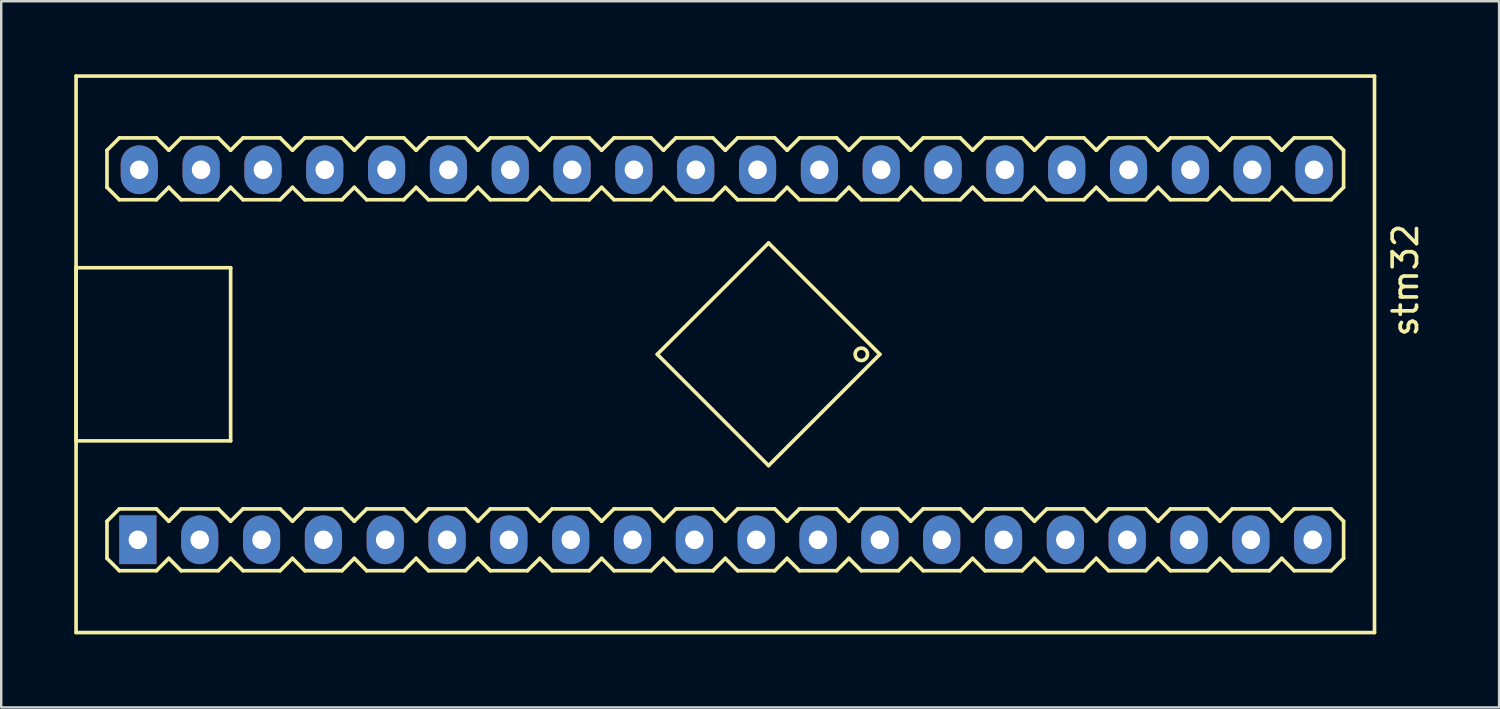
<source format=kicad_pcb>
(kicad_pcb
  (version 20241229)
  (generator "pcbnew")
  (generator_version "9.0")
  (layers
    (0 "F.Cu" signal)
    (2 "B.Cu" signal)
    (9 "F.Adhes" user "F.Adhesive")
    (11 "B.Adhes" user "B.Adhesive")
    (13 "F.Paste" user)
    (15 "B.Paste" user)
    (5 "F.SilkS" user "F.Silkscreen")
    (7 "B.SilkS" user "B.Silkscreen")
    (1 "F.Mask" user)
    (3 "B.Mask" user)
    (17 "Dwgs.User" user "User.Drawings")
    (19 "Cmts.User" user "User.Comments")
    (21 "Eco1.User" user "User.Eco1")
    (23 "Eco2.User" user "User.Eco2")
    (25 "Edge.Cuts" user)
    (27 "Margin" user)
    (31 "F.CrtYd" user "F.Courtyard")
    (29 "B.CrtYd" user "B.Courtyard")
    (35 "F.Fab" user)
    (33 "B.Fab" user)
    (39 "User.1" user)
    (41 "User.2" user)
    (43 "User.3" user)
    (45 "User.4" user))
  (footprint "stm32"
    (layer "F.Cu")
    (at 28.015 14.045)
    (property "Reference" "stm32" (at 26.67 -5.588 90) (layer "F.SilkS") (effects (font (size 1 1) (thickness 0.15))))
    (attr through_hole)
    (fp_line (start -27.94 -13.97) (end 25.4 -13.97) (stroke (width 0.15) (type solid)) (layer "F.SilkS"))
    (fp_line (start -27.94 -6.096) (end -27.94 1.016) (stroke (width 0.15) (type solid)) (layer "F.SilkS"))
    (fp_line (start -27.94 8.89) (end -27.94 -13.97) (stroke (width 0.15) (type solid)) (layer "F.SilkS"))
    (fp_line (start -26.67 -9.398) (end -26.67 -10.922) (stroke (width 0.15) (type solid)) (layer "F.SilkS"))
    (fp_line (start -26.67 5.842) (end -26.67 4.318) (stroke (width 0.15) (type solid)) (layer "F.SilkS"))
    (fp_line (start -26.162 -11.43) (end -26.67 -10.922) (stroke (width 0.15) (type solid)) (layer "F.SilkS"))
    (fp_line (start -26.162 -11.43) (end -24.638 -11.43) (stroke (width 0.15) (type solid)) (layer "F.SilkS"))
    (fp_line (start -26.162 -8.89) (end -26.67 -9.398) (stroke (width 0.15) (type solid)) (layer "F.SilkS"))
    (fp_line (start -26.162 -8.89) (end -24.638 -8.89) (stroke (width 0.15) (type solid)) (layer "F.SilkS"))
    (fp_line (start -26.162 3.81) (end -26.67 4.318) (stroke (width 0.15) (type solid)) (layer "F.SilkS"))
    (fp_line (start -26.162 3.81) (end -24.638 3.81) (stroke (width 0.15) (type solid)) (layer "F.SilkS"))
    (fp_line (start -26.162 6.35) (end -26.67 5.842) (stroke (width 0.15) (type solid)) (layer "F.SilkS"))
    (fp_line (start -26.162 6.35) (end -24.638 6.35) (stroke (width 0.15) (type solid)) (layer "F.SilkS"))
    (fp_line (start -24.638 -11.43) (end -24.13 -10.922) (stroke (width 0.15) (type solid)) (layer "F.SilkS"))
    (fp_line (start -24.638 -8.89) (end -24.13 -9.398) (stroke (width 0.15) (type solid)) (layer "F.SilkS"))
    (fp_line (start -24.638 3.81) (end -24.13 4.318) (stroke (width 0.15) (type solid)) (layer "F.SilkS"))
    (fp_line (start -24.638 6.35) (end -24.13 5.842) (stroke (width 0.15) (type solid)) (layer "F.SilkS"))
    (fp_line (start -23.622 -11.43) (end -24.13 -10.922) (stroke (width 0.15) (type solid)) (layer "F.SilkS"))
    (fp_line (start -23.622 -11.43) (end -22.098 -11.43) (stroke (width 0.15) (type solid)) (layer "F.SilkS"))
    (fp_line (start -23.622 -8.89) (end -24.13 -9.398) (stroke (width 0.15) (type solid)) (layer "F.SilkS"))
    (fp_line (start -23.622 -8.89) (end -22.098 -8.89) (stroke (width 0.15) (type solid)) (layer "F.SilkS"))
    (fp_line (start -23.622 3.81) (end -24.13 4.318) (stroke (width 0.15) (type solid)) (layer "F.SilkS"))
    (fp_line (start -23.622 3.81) (end -22.098 3.81) (stroke (width 0.15) (type solid)) (layer "F.SilkS"))
    (fp_line (start -23.622 6.35) (end -24.13 5.842) (stroke (width 0.15) (type solid)) (layer "F.SilkS"))
    (fp_line (start -23.622 6.35) (end -22.098 6.35) (stroke (width 0.15) (type solid)) (layer "F.SilkS"))
    (fp_line (start -22.098 -11.43) (end -21.59 -10.922) (stroke (width 0.15) (type solid)) (layer "F.SilkS"))
    (fp_line (start -22.098 -8.89) (end -21.59 -9.398) (stroke (width 0.15) (type solid)) (layer "F.SilkS"))
    (fp_line (start -22.098 3.81) (end -21.59 4.318) (stroke (width 0.15) (type solid)) (layer "F.SilkS"))
    (fp_line (start -22.098 6.35) (end -21.59 5.842) (stroke (width 0.15) (type solid)) (layer "F.SilkS"))
    (fp_line (start -21.59 -6.096) (end -27.94 -6.096) (stroke (width 0.15) (type solid)) (layer "F.SilkS"))
    (fp_line (start -21.59 1.016) (end -27.94 1.016) (stroke (width 0.15) (type solid)) (layer "F.SilkS"))
    (fp_line (start -21.59 1.016) (end -21.59 -6.096) (stroke (width 0.15) (type solid)) (layer "F.SilkS"))
    (fp_line (start -21.082 -11.43) (end -21.59 -10.922) (stroke (width 0.15) (type solid)) (layer "F.SilkS"))
    (fp_line (start -21.082 -11.43) (end -19.558 -11.43) (stroke (width 0.15) (type solid)) (layer "F.SilkS"))
    (fp_line (start -21.082 -8.89) (end -21.59 -9.398) (stroke (width 0.15) (type solid)) (layer "F.SilkS"))
    (fp_line (start -21.082 -8.89) (end -19.558 -8.89) (stroke (width 0.15) (type solid)) (layer "F.SilkS"))
    (fp_line (start -21.082 3.81) (end -21.59 4.318) (stroke (width 0.15) (type solid)) (layer "F.SilkS"))
    (fp_line (start -21.082 3.81) (end -19.558 3.81) (stroke (width 0.15) (type solid)) (layer "F.SilkS"))
    (fp_line (start -21.082 6.35) (end -21.59 5.842) (stroke (width 0.15) (type solid)) (layer "F.SilkS"))
    (fp_line (start -21.082 6.35) (end -19.558 6.35) (stroke (width 0.15) (type solid)) (layer "F.SilkS"))
    (fp_line (start -19.558 -11.43) (end -19.05 -10.922) (stroke (width 0.15) (type solid)) (layer "F.SilkS"))
    (fp_line (start -19.558 -8.89) (end -19.05 -9.398) (stroke (width 0.15) (type solid)) (layer "F.SilkS"))
    (fp_line (start -19.558 3.81) (end -19.05 4.318) (stroke (width 0.15) (type solid)) (layer "F.SilkS"))
    (fp_line (start -19.558 6.35) (end -19.05 5.842) (stroke (width 0.15) (type solid)) (layer "F.SilkS"))
    (fp_line (start -18.542 -11.43) (end -19.05 -10.922) (stroke (width 0.15) (type solid)) (layer "F.SilkS"))
    (fp_line (start -18.542 -11.43) (end -17.018 -11.43) (stroke (width 0.15) (type solid)) (layer "F.SilkS"))
    (fp_line (start -18.542 -8.89) (end -19.05 -9.398) (stroke (width 0.15) (type solid)) (layer "F.SilkS"))
    (fp_line (start -18.542 -8.89) (end -17.018 -8.89) (stroke (width 0.15) (type solid)) (layer "F.SilkS"))
    (fp_line (start -18.542 3.81) (end -19.05 4.318) (stroke (width 0.15) (type solid)) (layer "F.SilkS"))
    (fp_line (start -18.542 3.81) (end -17.018 3.81) (stroke (width 0.15) (type solid)) (layer "F.SilkS"))
    (fp_line (start -18.542 6.35) (end -19.05 5.842) (stroke (width 0.15) (type solid)) (layer "F.SilkS"))
    (fp_line (start -18.542 6.35) (end -17.018 6.35) (stroke (width 0.15) (type solid)) (layer "F.SilkS"))
    (fp_line (start -17.018 -11.43) (end -16.51 -10.922) (stroke (width 0.15) (type solid)) (layer "F.SilkS"))
    (fp_line (start -17.018 -8.89) (end -16.51 -9.398) (stroke (width 0.15) (type solid)) (layer "F.SilkS"))
    (fp_line (start -17.018 3.81) (end -16.51 4.318) (stroke (width 0.15) (type solid)) (layer "F.SilkS"))
    (fp_line (start -17.018 6.35) (end -16.51 5.842) (stroke (width 0.15) (type solid)) (layer "F.SilkS"))
    (fp_line (start -16.002 -11.43) (end -16.51 -10.922) (stroke (width 0.15) (type solid)) (layer "F.SilkS"))
    (fp_line (start -16.002 -11.43) (end -14.478 -11.43) (stroke (width 0.15) (type solid)) (layer "F.SilkS"))
    (fp_line (start -16.002 -8.89) (end -16.51 -9.398) (stroke (width 0.15) (type solid)) (layer "F.SilkS"))
    (fp_line (start -16.002 -8.89) (end -14.478 -8.89) (stroke (width 0.15) (type solid)) (layer "F.SilkS"))
    (fp_line (start -16.002 3.81) (end -16.51 4.318) (stroke (width 0.15) (type solid)) (layer "F.SilkS"))
    (fp_line (start -16.002 3.81) (end -14.478 3.81) (stroke (width 0.15) (type solid)) (layer "F.SilkS"))
    (fp_line (start -16.002 6.35) (end -16.51 5.842) (stroke (width 0.15) (type solid)) (layer "F.SilkS"))
    (fp_line (start -16.002 6.35) (end -14.478 6.35) (stroke (width 0.15) (type solid)) (layer "F.SilkS"))
    (fp_line (start -14.478 -11.43) (end -13.97 -10.922) (stroke (width 0.15) (type solid)) (layer "F.SilkS"))
    (fp_line (start -14.478 -8.89) (end -13.97 -9.398) (stroke (width 0.15) (type solid)) (layer "F.SilkS"))
    (fp_line (start -14.478 3.81) (end -13.97 4.318) (stroke (width 0.15) (type solid)) (layer "F.SilkS"))
    (fp_line (start -14.478 6.35) (end -13.97 5.842) (stroke (width 0.15) (type solid)) (layer "F.SilkS"))
    (fp_line (start -13.462 -11.43) (end -13.97 -10.922) (stroke (width 0.15) (type solid)) (layer "F.SilkS"))
    (fp_line (start -13.462 -11.43) (end -11.938 -11.43) (stroke (width 0.15) (type solid)) (layer "F.SilkS"))
    (fp_line (start -13.462 -8.89) (end -13.97 -9.398) (stroke (width 0.15) (type solid)) (layer "F.SilkS"))
    (fp_line (start -13.462 -8.89) (end -11.938 -8.89) (stroke (width 0.15) (type solid)) (layer "F.SilkS"))
    (fp_line (start -13.462 3.81) (end -13.97 4.318) (stroke (width 0.15) (type solid)) (layer "F.SilkS"))
    (fp_line (start -13.462 3.81) (end -11.938 3.81) (stroke (width 0.15) (type solid)) (layer "F.SilkS"))
    (fp_line (start -13.462 6.35) (end -13.97 5.842) (stroke (width 0.15) (type solid)) (layer "F.SilkS"))
    (fp_line (start -13.462 6.35) (end -11.938 6.35) (stroke (width 0.15) (type solid)) (layer "F.SilkS"))
    (fp_line (start -11.938 -11.43) (end -11.43 -10.922) (stroke (width 0.15) (type solid)) (layer "F.SilkS"))
    (fp_line (start -11.938 -8.89) (end -11.43 -9.398) (stroke (width 0.15) (type solid)) (layer "F.SilkS"))
    (fp_line (start -11.938 3.81) (end -11.43 4.318) (stroke (width 0.15) (type solid)) (layer "F.SilkS"))
    (fp_line (start -11.938 6.35) (end -11.43 5.842) (stroke (width 0.15) (type solid)) (layer "F.SilkS"))
    (fp_line (start -10.922 -11.43) (end -11.43 -10.922) (stroke (width 0.15) (type solid)) (layer "F.SilkS"))
    (fp_line (start -10.922 -11.43) (end -9.398 -11.43) (stroke (width 0.15) (type solid)) (layer "F.SilkS"))
    (fp_line (start -10.922 -8.89) (end -11.43 -9.398) (stroke (width 0.15) (type solid)) (layer "F.SilkS"))
    (fp_line (start -10.922 -8.89) (end -9.398 -8.89) (stroke (width 0.15) (type solid)) (layer "F.SilkS"))
    (fp_line (start -10.922 3.81) (end -11.43 4.318) (stroke (width 0.15) (type solid)) (layer "F.SilkS"))
    (fp_line (start -10.922 3.81) (end -9.398 3.81) (stroke (width 0.15) (type solid)) (layer "F.SilkS"))
    (fp_line (start -10.922 6.35) (end -11.43 5.842) (stroke (width 0.15) (type solid)) (layer "F.SilkS"))
    (fp_line (start -10.922 6.35) (end -9.398 6.35) (stroke (width 0.15) (type solid)) (layer "F.SilkS"))
    (fp_line (start -9.398 -11.43) (end -8.89 -10.922) (stroke (width 0.15) (type solid)) (layer "F.SilkS"))
    (fp_line (start -9.398 -8.89) (end -8.89 -9.398) (stroke (width 0.15) (type solid)) (layer "F.SilkS"))
    (fp_line (start -9.398 3.81) (end -8.89 4.318) (stroke (width 0.15) (type solid)) (layer "F.SilkS"))
    (fp_line (start -9.398 6.35) (end -8.89 5.842) (stroke (width 0.15) (type solid)) (layer "F.SilkS"))
    (fp_line (start -8.382 -11.43) (end -8.89 -10.922) (stroke (width 0.15) (type solid)) (layer "F.SilkS"))
    (fp_line (start -8.382 -11.43) (end -6.858 -11.43) (stroke (width 0.15) (type solid)) (layer "F.SilkS"))
    (fp_line (start -8.382 -8.89) (end -8.89 -9.398) (stroke (width 0.15) (type solid)) (layer "F.SilkS"))
    (fp_line (start -8.382 -8.89) (end -6.858 -8.89) (stroke (width 0.15) (type solid)) (layer "F.SilkS"))
    (fp_line (start -8.382 3.81) (end -8.89 4.318) (stroke (width 0.15) (type solid)) (layer "F.SilkS"))
    (fp_line (start -8.382 3.81) (end -6.858 3.81) (stroke (width 0.15) (type solid)) (layer "F.SilkS"))
    (fp_line (start -8.382 6.35) (end -8.89 5.842) (stroke (width 0.15) (type solid)) (layer "F.SilkS"))
    (fp_line (start -8.382 6.35) (end -6.858 6.35) (stroke (width 0.15) (type solid)) (layer "F.SilkS"))
    (fp_line (start -6.858 -11.43) (end -6.35 -10.922) (stroke (width 0.15) (type solid)) (layer "F.SilkS"))
    (fp_line (start -6.858 -8.89) (end -6.35 -9.398) (stroke (width 0.15) (type solid)) (layer "F.SilkS"))
    (fp_line (start -6.858 3.81) (end -6.35 4.318) (stroke (width 0.15) (type solid)) (layer "F.SilkS"))
    (fp_line (start -6.858 6.35) (end -6.35 5.842) (stroke (width 0.15) (type solid)) (layer "F.SilkS"))
    (fp_line (start -5.842 -11.43) (end -6.35 -10.922) (stroke (width 0.15) (type solid)) (layer "F.SilkS"))
    (fp_line (start -5.842 -11.43) (end -4.318 -11.43) (stroke (width 0.15) (type solid)) (layer "F.SilkS"))
    (fp_line (start -5.842 -8.89) (end -6.35 -9.398) (stroke (width 0.15) (type solid)) (layer "F.SilkS"))
    (fp_line (start -5.842 -8.89) (end -4.318 -8.89) (stroke (width 0.15) (type solid)) (layer "F.SilkS"))
    (fp_line (start -5.842 3.81) (end -6.35 4.318) (stroke (width 0.15) (type solid)) (layer "F.SilkS"))
    (fp_line (start -5.842 3.81) (end -4.318 3.81) (stroke (width 0.15) (type solid)) (layer "F.SilkS"))
    (fp_line (start -5.842 6.35) (end -6.35 5.842) (stroke (width 0.15) (type solid)) (layer "F.SilkS"))
    (fp_line (start -5.842 6.35) (end -4.318 6.35) (stroke (width 0.15) (type solid)) (layer "F.SilkS"))
    (fp_line (start -4.318 -11.43) (end -3.81 -10.922) (stroke (width 0.15) (type solid)) (layer "F.SilkS"))
    (fp_line (start -4.318 -8.89) (end -3.81 -9.398) (stroke (width 0.15) (type solid)) (layer "F.SilkS"))
    (fp_line (start -4.318 3.81) (end -3.81 4.318) (stroke (width 0.15) (type solid)) (layer "F.SilkS"))
    (fp_line (start -4.318 6.35) (end -3.81 5.842) (stroke (width 0.15) (type solid)) (layer "F.SilkS"))
    (fp_line (start -4.064 -2.54) (end 0.508 -7.112) (stroke (width 0.15) (type solid)) (layer "F.SilkS"))
    (fp_line (start -3.302 -11.43) (end -3.81 -10.922) (stroke (width 0.15) (type solid)) (layer "F.SilkS"))
    (fp_line (start -3.302 -11.43) (end -1.778 -11.43) (stroke (width 0.15) (type solid)) (layer "F.SilkS"))
    (fp_line (start -3.302 -8.89) (end -3.81 -9.398) (stroke (width 0.15) (type solid)) (layer "F.SilkS"))
    (fp_line (start -3.302 -8.89) (end -1.778 -8.89) (stroke (width 0.15) (type solid)) (layer "F.SilkS"))
    (fp_line (start -3.302 3.81) (end -3.81 4.318) (stroke (width 0.15) (type solid)) (layer "F.SilkS"))
    (fp_line (start -3.302 3.81) (end -1.778 3.81) (stroke (width 0.15) (type solid)) (layer "F.SilkS"))
    (fp_line (start -3.302 6.35) (end -3.81 5.842) (stroke (width 0.15) (type solid)) (layer "F.SilkS"))
    (fp_line (start -3.302 6.35) (end -1.778 6.35) (stroke (width 0.15) (type solid)) (layer "F.SilkS"))
    (fp_line (start -1.778 -11.43) (end -1.27 -10.922) (stroke (width 0.15) (type solid)) (layer "F.SilkS"))
    (fp_line (start -1.778 -8.89) (end -1.27 -9.398) (stroke (width 0.15) (type solid)) (layer "F.SilkS"))
    (fp_line (start -1.778 3.81) (end -1.27 4.318) (stroke (width 0.15) (type solid)) (layer "F.SilkS"))
    (fp_line (start -1.778 6.35) (end -1.27 5.842) (stroke (width 0.15) (type solid)) (layer "F.SilkS"))
    (fp_line (start -0.762 -11.43) (end -1.27 -10.922) (stroke (width 0.15) (type solid)) (layer "F.SilkS"))
    (fp_line (start -0.762 -11.43) (end 0.762 -11.43) (stroke (width 0.15) (type solid)) (layer "F.SilkS"))
    (fp_line (start -0.762 -8.89) (end -1.27 -9.398) (stroke (width 0.15) (type solid)) (layer "F.SilkS"))
    (fp_line (start -0.762 -8.89) (end 0.762 -8.89) (stroke (width 0.15) (type solid)) (layer "F.SilkS"))
    (fp_line (start -0.762 3.81) (end -1.27 4.318) (stroke (width 0.15) (type solid)) (layer "F.SilkS"))
    (fp_line (start -0.762 3.81) (end 0.762 3.81) (stroke (width 0.15) (type solid)) (layer "F.SilkS"))
    (fp_line (start -0.762 6.35) (end -1.27 5.842) (stroke (width 0.15) (type solid)) (layer "F.SilkS"))
    (fp_line (start -0.762 6.35) (end 0.762 6.35) (stroke (width 0.15) (type solid)) (layer "F.SilkS"))
    (fp_line (start 0.508 -7.112) (end 5.08 -2.54) (stroke (width 0.15) (type solid)) (layer "F.SilkS"))
    (fp_line (start 0.508 2.032) (end -4.064 -2.54) (stroke (width 0.15) (type solid)) (layer "F.SilkS"))
    (fp_line (start 0.762 -11.43) (end 1.27 -10.922) (stroke (width 0.15) (type solid)) (layer "F.SilkS"))
    (fp_line (start 0.762 -8.89) (end 1.27 -9.398) (stroke (width 0.15) (type solid)) (layer "F.SilkS"))
    (fp_line (start 0.762 3.81) (end 1.27 4.318) (stroke (width 0.15) (type solid)) (layer "F.SilkS"))
    (fp_line (start 0.762 6.35) (end 1.27 5.842) (stroke (width 0.15) (type solid)) (layer "F.SilkS"))
    (fp_line (start 1.778 -11.43) (end 1.27 -10.922) (stroke (width 0.15) (type solid)) (layer "F.SilkS"))
    (fp_line (start 1.778 -11.43) (end 3.302 -11.43) (stroke (width 0.15) (type solid)) (layer "F.SilkS"))
    (fp_line (start 1.778 -8.89) (end 1.27 -9.398) (stroke (width 0.15) (type solid)) (layer "F.SilkS"))
    (fp_line (start 1.778 -8.89) (end 3.302 -8.89) (stroke (width 0.15) (type solid)) (layer "F.SilkS"))
    (fp_line (start 1.778 3.81) (end 1.27 4.318) (stroke (width 0.15) (type solid)) (layer "F.SilkS"))
    (fp_line (start 1.778 3.81) (end 3.302 3.81) (stroke (width 0.15) (type solid)) (layer "F.SilkS"))
    (fp_line (start 1.778 6.35) (end 1.27 5.842) (stroke (width 0.15) (type solid)) (layer "F.SilkS"))
    (fp_line (start 1.778 6.35) (end 3.302 6.35) (stroke (width 0.15) (type solid)) (layer "F.SilkS"))
    (fp_line (start 3.302 -11.43) (end 3.81 -10.922) (stroke (width 0.15) (type solid)) (layer "F.SilkS"))
    (fp_line (start 3.302 -8.89) (end 3.81 -9.398) (stroke (width 0.15) (type solid)) (layer "F.SilkS"))
    (fp_line (start 3.302 3.81) (end 3.81 4.318) (stroke (width 0.15) (type solid)) (layer "F.SilkS"))
    (fp_line (start 3.302 6.35) (end 3.81 5.842) (stroke (width 0.15) (type solid)) (layer "F.SilkS"))
    (fp_line (start 4.318 -11.43) (end 3.81 -10.922) (stroke (width 0.15) (type solid)) (layer "F.SilkS"))
    (fp_line (start 4.318 -11.43) (end 5.842 -11.43) (stroke (width 0.15) (type solid)) (layer "F.SilkS"))
    (fp_line (start 4.318 -8.89) (end 3.81 -9.398) (stroke (width 0.15) (type solid)) (layer "F.SilkS"))
    (fp_line (start 4.318 -8.89) (end 5.842 -8.89) (stroke (width 0.15) (type solid)) (layer "F.SilkS"))
    (fp_line (start 4.318 3.81) (end 3.81 4.318) (stroke (width 0.15) (type solid)) (layer "F.SilkS"))
    (fp_line (start 4.318 3.81) (end 5.842 3.81) (stroke (width 0.15) (type solid)) (layer "F.SilkS"))
    (fp_line (start 4.318 6.35) (end 3.81 5.842) (stroke (width 0.15) (type solid)) (layer "F.SilkS"))
    (fp_line (start 4.318 6.35) (end 5.842 6.35) (stroke (width 0.15) (type solid)) (layer "F.SilkS"))
    (fp_line (start 5.08 -2.54) (end 0.508 2.032) (stroke (width 0.15) (type solid)) (layer "F.SilkS"))
    (fp_line (start 5.842 -11.43) (end 6.35 -10.922) (stroke (width 0.15) (type solid)) (layer "F.SilkS"))
    (fp_line (start 5.842 -8.89) (end 6.35 -9.398) (stroke (width 0.15) (type solid)) (layer "F.SilkS"))
    (fp_line (start 5.842 3.81) (end 6.35 4.318) (stroke (width 0.15) (type solid)) (layer "F.SilkS"))
    (fp_line (start 5.842 6.35) (end 6.35 5.842) (stroke (width 0.15) (type solid)) (layer "F.SilkS"))
    (fp_line (start 6.858 -11.43) (end 6.35 -10.922) (stroke (width 0.15) (type solid)) (layer "F.SilkS"))
    (fp_line (start 6.858 -11.43) (end 8.382 -11.43) (stroke (width 0.15) (type solid)) (layer "F.SilkS"))
    (fp_line (start 6.858 -8.89) (end 6.35 -9.398) (stroke (width 0.15) (type solid)) (layer "F.SilkS"))
    (fp_line (start 6.858 -8.89) (end 8.382 -8.89) (stroke (width 0.15) (type solid)) (layer "F.SilkS"))
    (fp_line (start 6.858 3.81) (end 6.35 4.318) (stroke (width 0.15) (type solid)) (layer "F.SilkS"))
    (fp_line (start 6.858 3.81) (end 8.382 3.81) (stroke (width 0.15) (type solid)) (layer "F.SilkS"))
    (fp_line (start 6.858 6.35) (end 6.35 5.842) (stroke (width 0.15) (type solid)) (layer "F.SilkS"))
    (fp_line (start 6.858 6.35) (end 8.382 6.35) (stroke (width 0.15) (type solid)) (layer "F.SilkS"))
    (fp_line (start 8.382 -11.43) (end 8.89 -10.922) (stroke (width 0.15) (type solid)) (layer "F.SilkS"))
    (fp_line (start 8.382 -8.89) (end 8.89 -9.398) (stroke (width 0.15) (type solid)) (layer "F.SilkS"))
    (fp_line (start 8.382 3.81) (end 8.89 4.318) (stroke (width 0.15) (type solid)) (layer "F.SilkS"))
    (fp_line (start 8.382 6.35) (end 8.89 5.842) (stroke (width 0.15) (type solid)) (layer "F.SilkS"))
    (fp_line (start 9.398 -11.43) (end 8.89 -10.922) (stroke (width 0.15) (type solid)) (layer "F.SilkS"))
    (fp_line (start 9.398 -11.43) (end 10.922 -11.43) (stroke (width 0.15) (type solid)) (layer "F.SilkS"))
    (fp_line (start 9.398 -8.89) (end 8.89 -9.398) (stroke (width 0.15) (type solid)) (layer "F.SilkS"))
    (fp_line (start 9.398 -8.89) (end 10.922 -8.89) (stroke (width 0.15) (type solid)) (layer "F.SilkS"))
    (fp_line (start 9.398 3.81) (end 8.89 4.318) (stroke (width 0.15) (type solid)) (layer "F.SilkS"))
    (fp_line (start 9.398 3.81) (end 10.922 3.81) (stroke (width 0.15) (type solid)) (layer "F.SilkS"))
    (fp_line (start 9.398 6.35) (end 8.89 5.842) (stroke (width 0.15) (type solid)) (layer "F.SilkS"))
    (fp_line (start 9.398 6.35) (end 10.922 6.35) (stroke (width 0.15) (type solid)) (layer "F.SilkS"))
    (fp_line (start 10.922 -11.43) (end 11.43 -10.922) (stroke (width 0.15) (type solid)) (layer "F.SilkS"))
    (fp_line (start 10.922 -8.89) (end 11.43 -9.398) (stroke (width 0.15) (type solid)) (layer "F.SilkS"))
    (fp_line (start 10.922 3.81) (end 11.43 4.318) (stroke (width 0.15) (type solid)) (layer "F.SilkS"))
    (fp_line (start 10.922 6.35) (end 11.43 5.842) (stroke (width 0.15) (type solid)) (layer "F.SilkS"))
    (fp_line (start 11.938 -11.43) (end 11.43 -10.922) (stroke (width 0.15) (type solid)) (layer "F.SilkS"))
    (fp_line (start 11.938 -11.43) (end 13.462 -11.43) (stroke (width 0.15) (type solid)) (layer "F.SilkS"))
    (fp_line (start 11.938 -8.89) (end 11.43 -9.398) (stroke (width 0.15) (type solid)) (layer "F.SilkS"))
    (fp_line (start 11.938 -8.89) (end 13.462 -8.89) (stroke (width 0.15) (type solid)) (layer "F.SilkS"))
    (fp_line (start 11.938 3.81) (end 11.43 4.318) (stroke (width 0.15) (type solid)) (layer "F.SilkS"))
    (fp_line (start 11.938 3.81) (end 13.462 3.81) (stroke (width 0.15) (type solid)) (layer "F.SilkS"))
    (fp_line (start 11.938 6.35) (end 11.43 5.842) (stroke (width 0.15) (type solid)) (layer "F.SilkS"))
    (fp_line (start 11.938 6.35) (end 13.462 6.35) (stroke (width 0.15) (type solid)) (layer "F.SilkS"))
    (fp_line (start 13.462 -11.43) (end 13.97 -10.922) (stroke (width 0.15) (type solid)) (layer "F.SilkS"))
    (fp_line (start 13.462 -8.89) (end 13.97 -9.398) (stroke (width 0.15) (type solid)) (layer "F.SilkS"))
    (fp_line (start 13.462 3.81) (end 13.97 4.318) (stroke (width 0.15) (type solid)) (layer "F.SilkS"))
    (fp_line (start 13.462 6.35) (end 13.97 5.842) (stroke (width 0.15) (type solid)) (layer "F.SilkS"))
    (fp_line (start 14.478 -11.43) (end 13.97 -10.922) (stroke (width 0.15) (type solid)) (layer "F.SilkS"))
    (fp_line (start 14.478 -11.43) (end 16.002 -11.43) (stroke (width 0.15) (type solid)) (layer "F.SilkS"))
    (fp_line (start 14.478 -8.89) (end 13.97 -9.398) (stroke (width 0.15) (type solid)) (layer "F.SilkS"))
    (fp_line (start 14.478 -8.89) (end 16.002 -8.89) (stroke (width 0.15) (type solid)) (layer "F.SilkS"))
    (fp_line (start 14.478 3.81) (end 13.97 4.318) (stroke (width 0.15) (type solid)) (layer "F.SilkS"))
    (fp_line (start 14.478 3.81) (end 16.002 3.81) (stroke (width 0.15) (type solid)) (layer "F.SilkS"))
    (fp_line (start 14.478 6.35) (end 13.97 5.842) (stroke (width 0.15) (type solid)) (layer "F.SilkS"))
    (fp_line (start 14.478 6.35) (end 16.002 6.35) (stroke (width 0.15) (type solid)) (layer "F.SilkS"))
    (fp_line (start 16.002 -11.43) (end 16.51 -10.922) (stroke (width 0.15) (type solid)) (layer "F.SilkS"))
    (fp_line (start 16.002 -8.89) (end 16.51 -9.398) (stroke (width 0.15) (type solid)) (layer "F.SilkS"))
    (fp_line (start 16.002 3.81) (end 16.51 4.318) (stroke (width 0.15) (type solid)) (layer "F.SilkS"))
    (fp_line (start 16.002 6.35) (end 16.51 5.842) (stroke (width 0.15) (type solid)) (layer "F.SilkS"))
    (fp_line (start 17.018 -11.43) (end 16.51 -10.922) (stroke (width 0.15) (type solid)) (layer "F.SilkS"))
    (fp_line (start 17.018 -11.43) (end 18.542 -11.43) (stroke (width 0.15) (type solid)) (layer "F.SilkS"))
    (fp_line (start 17.018 -8.89) (end 16.51 -9.398) (stroke (width 0.15) (type solid)) (layer "F.SilkS"))
    (fp_line (start 17.018 -8.89) (end 18.542 -8.89) (stroke (width 0.15) (type solid)) (layer "F.SilkS"))
    (fp_line (start 17.018 3.81) (end 16.51 4.318) (stroke (width 0.15) (type solid)) (layer "F.SilkS"))
    (fp_line (start 17.018 3.81) (end 18.542 3.81) (stroke (width 0.15) (type solid)) (layer "F.SilkS"))
    (fp_line (start 17.018 6.35) (end 16.51 5.842) (stroke (width 0.15) (type solid)) (layer "F.SilkS"))
    (fp_line (start 17.018 6.35) (end 18.542 6.35) (stroke (width 0.15) (type solid)) (layer "F.SilkS"))
    (fp_line (start 18.542 -11.43) (end 19.05 -10.922) (stroke (width 0.15) (type solid)) (layer "F.SilkS"))
    (fp_line (start 18.542 -8.89) (end 19.05 -9.398) (stroke (width 0.15) (type solid)) (layer "F.SilkS"))
    (fp_line (start 18.542 3.81) (end 19.05 4.318) (stroke (width 0.15) (type solid)) (layer "F.SilkS"))
    (fp_line (start 18.542 6.35) (end 19.05 5.842) (stroke (width 0.15) (type solid)) (layer "F.SilkS"))
    (fp_line (start 19.558 -11.43) (end 19.05 -10.922) (stroke (width 0.15) (type solid)) (layer "F.SilkS"))
    (fp_line (start 19.558 -11.43) (end 21.082 -11.43) (stroke (width 0.15) (type solid)) (layer "F.SilkS"))
    (fp_line (start 19.558 -8.89) (end 19.05 -9.398) (stroke (width 0.15) (type solid)) (layer "F.SilkS"))
    (fp_line (start 19.558 -8.89) (end 21.082 -8.89) (stroke (width 0.15) (type solid)) (layer "F.SilkS"))
    (fp_line (start 19.558 3.81) (end 19.05 4.318) (stroke (width 0.15) (type solid)) (layer "F.SilkS"))
    (fp_line (start 19.558 3.81) (end 21.082 3.81) (stroke (width 0.15) (type solid)) (layer "F.SilkS"))
    (fp_line (start 19.558 6.35) (end 19.05 5.842) (stroke (width 0.15) (type solid)) (layer "F.SilkS"))
    (fp_line (start 19.558 6.35) (end 21.082 6.35) (stroke (width 0.15) (type solid)) (layer "F.SilkS"))
    (fp_line (start 21.082 -11.43) (end 21.59 -10.922) (stroke (width 0.15) (type solid)) (layer "F.SilkS"))
    (fp_line (start 21.082 -8.89) (end 21.59 -9.398) (stroke (width 0.15) (type solid)) (layer "F.SilkS"))
    (fp_line (start 21.082 3.81) (end 21.59 4.318) (stroke (width 0.15) (type solid)) (layer "F.SilkS"))
    (fp_line (start 21.082 6.35) (end 21.59 5.842) (stroke (width 0.15) (type solid)) (layer "F.SilkS"))
    (fp_line (start 22.098 -11.43) (end 21.59 -10.922) (stroke (width 0.15) (type solid)) (layer "F.SilkS"))
    (fp_line (start 22.098 -11.43) (end 23.622 -11.43) (stroke (width 0.15) (type solid)) (layer "F.SilkS"))
    (fp_line (start 22.098 -8.89) (end 21.59 -9.398) (stroke (width 0.15) (type solid)) (layer "F.SilkS"))
    (fp_line (start 22.098 -8.89) (end 23.622 -8.89) (stroke (width 0.15) (type solid)) (layer "F.SilkS"))
    (fp_line (start 22.098 3.81) (end 21.59 4.318) (stroke (width 0.15) (type solid)) (layer "F.SilkS"))
    (fp_line (start 22.098 3.81) (end 23.622 3.81) (stroke (width 0.15) (type solid)) (layer "F.SilkS"))
    (fp_line (start 22.098 6.35) (end 21.59 5.842) (stroke (width 0.15) (type solid)) (layer "F.SilkS"))
    (fp_line (start 22.098 6.35) (end 23.622 6.35) (stroke (width 0.15) (type solid)) (layer "F.SilkS"))
    (fp_line (start 23.622 -11.43) (end 24.13 -10.922) (stroke (width 0.15) (type solid)) (layer "F.SilkS"))
    (fp_line (start 23.622 -8.89) (end 24.13 -9.398) (stroke (width 0.15) (type solid)) (layer "F.SilkS"))
    (fp_line (start 23.622 3.81) (end 24.13 4.318) (stroke (width 0.15) (type solid)) (layer "F.SilkS"))
    (fp_line (start 23.622 6.35) (end 24.13 5.842) (stroke (width 0.15) (type solid)) (layer "F.SilkS"))
    (fp_line (start 24.13 -9.398) (end 24.13 -10.922) (stroke (width 0.15) (type solid)) (layer "F.SilkS"))
    (fp_line (start 24.13 5.842) (end 24.13 4.318) (stroke (width 0.15) (type solid)) (layer "F.SilkS"))
    (fp_line (start 25.4 8.89) (end -27.94 8.89) (stroke (width 0.15) (type solid)) (layer "F.SilkS"))
    (fp_line (start 25.4 8.89) (end 25.4 -13.97) (stroke (width 0.15) (type solid)) (layer "F.SilkS"))
    (fp_circle (center 4.318 -2.54) (end 4.064 -2.54) (stroke (width 0.15) (type solid)) (fill no) (layer "F.SilkS"))
    (pad "1" thru_hole rect (at -25.4 5.08) (size 1.524 2) (drill 0.762) (layers "*.Cu" "*.Mask"))
    (pad "2" thru_hole oval (at -22.86 5.08) (size 1.524 2) (drill 0.762) (layers "*.Cu" "*.Mask"))
    (pad "3" thru_hole oval (at -20.32 5.08) (size 1.524 2) (drill 0.762) (layers "*.Cu" "*.Mask"))
    (pad "4" thru_hole oval (at -17.78 5.08) (size 1.524 2) (drill 0.762) (layers "*.Cu" "*.Mask"))
    (pad "5" thru_hole oval (at -15.24 5.08) (size 1.524 2) (drill 0.762) (layers "*.Cu" "*.Mask"))
    (pad "6" thru_hole oval (at -12.7 5.08) (size 1.524 2) (drill 0.762) (layers "*.Cu" "*.Mask"))
    (pad "7" thru_hole oval (at -10.16 5.08) (size 1.524 2) (drill 0.762) (layers "*.Cu" "*.Mask"))
    (pad "8" thru_hole oval (at -7.62 5.08) (size 1.524 2) (drill 0.762) (layers "*.Cu" "*.Mask"))
    (pad "9" thru_hole oval (at -5.08 5.08) (size 1.524 2) (drill 0.762) (layers "*.Cu" "*.Mask"))
    (pad "10" thru_hole oval (at -2.54 5.08) (size 1.524 2) (drill 0.762) (layers "*.Cu" "*.Mask"))
    (pad "11" thru_hole oval (at 0 5.08) (size 1.524 2) (drill 0.762) (layers "*.Cu" "*.Mask"))
    (pad "12" thru_hole oval (at 2.54 5.08) (size 1.524 2) (drill 0.762) (layers "*.Cu" "*.Mask"))
    (pad "13" thru_hole oval (at 5.08 5.08) (size 1.524 2) (drill 0.762) (layers "*.Cu" "*.Mask"))
    (pad "14" thru_hole oval (at 7.62 5.08) (size 1.524 2) (drill 0.762) (layers "*.Cu" "*.Mask"))
    (pad "15" thru_hole oval (at 10.16 5.08) (size 1.524 2) (drill 0.762) (layers "*.Cu" "*.Mask"))
    (pad "16" thru_hole oval (at 12.7 5.08) (size 1.524 2) (drill 0.762) (layers "*.Cu" "*.Mask"))
    (pad "17" thru_hole oval (at 15.24 5.08) (size 1.524 2) (drill 0.762) (layers "*.Cu" "*.Mask"))
    (pad "18" thru_hole oval (at 17.78 5.08) (size 1.524 2) (drill 0.762) (layers "*.Cu" "*.Mask"))
    (pad "19" thru_hole oval (at 20.32 5.08) (size 1.524 2) (drill 0.762) (layers "*.Cu" "*.Mask"))
    (pad "20" thru_hole oval (at 22.86 5.08) (size 1.524 2) (drill 0.762) (layers "*.Cu" "*.Mask"))
    (pad "21" thru_hole oval (at 22.916 -10.12 180) (size 1.524 2) (drill 0.762) (layers "*.Cu" "*.Mask"))
    (pad "22" thru_hole oval (at 20.376 -10.12 180) (size 1.524 2) (drill 0.762) (layers "*.Cu" "*.Mask"))
    (pad "23" thru_hole oval (at 17.836 -10.12 180) (size 1.524 2) (drill 0.762) (layers "*.Cu" "*.Mask"))
    (pad "24" thru_hole oval (at 15.296 -10.12 180) (size 1.524 2) (drill 0.762) (layers "*.Cu" "*.Mask"))
    (pad "25" thru_hole oval (at 12.756 -10.12 180) (size 1.524 2) (drill 0.762) (layers "*.Cu" "*.Mask"))
    (pad "26" thru_hole oval (at 10.216 -10.12 180) (size 1.524 2) (drill 0.762) (layers "*.Cu" "*.Mask"))
    (pad "27" thru_hole oval (at 7.676 -10.12 180) (size 1.524 2) (drill 0.762) (layers "*.Cu" "*.Mask"))
    (pad "28" thru_hole oval (at 5.136 -10.12 180) (size 1.524 2) (drill 0.762) (layers "*.Cu" "*.Mask"))
    (pad "29" thru_hole oval (at 2.596 -10.12 180) (size 1.524 2) (drill 0.762) (layers "*.Cu" "*.Mask"))
    (pad "30" thru_hole oval (at 0.056 -10.12 180) (size 1.524 2) (drill 0.762) (layers "*.Cu" "*.Mask"))
    (pad "31" thru_hole oval (at -2.484 -10.12 180) (size 1.524 2) (drill 0.762) (layers "*.Cu" "*.Mask"))
    (pad "32" thru_hole oval (at -5.024 -10.12 180) (size 1.524 2) (drill 0.762) (layers "*.Cu" "*.Mask"))
    (pad "33" thru_hole oval (at -7.564 -10.12 180) (size 1.524 2) (drill 0.762) (layers "*.Cu" "*.Mask"))
    (pad "34" thru_hole oval (at -10.104 -10.12 180) (size 1.524 2) (drill 0.762) (layers "*.Cu" "*.Mask"))
    (pad "35" thru_hole oval (at -12.644 -10.12 180) (size 1.524 2) (drill 0.762) (layers "*.Cu" "*.Mask"))
    (pad "36" thru_hole oval (at -15.184 -10.12 180) (size 1.524 2) (drill 0.762) (layers "*.Cu" "*.Mask"))
    (pad "37" thru_hole oval (at -17.724 -10.12 180) (size 1.524 2) (drill 0.762) (layers "*.Cu" "*.Mask"))
    (pad "38" thru_hole oval (at -20.264 -10.12 180) (size 1.524 2) (drill 0.762) (layers "*.Cu" "*.Mask"))
    (pad "39" thru_hole oval (at -22.804 -10.12 180) (size 1.524 2) (drill 0.762) (layers "*.Cu" "*.Mask"))
    (pad "40" thru_hole oval (at -25.344 -10.12 180) (size 1.524 2) (drill 0.762) (layers "*.Cu" "*.Mask")))
  (gr_rect
    (start -3 -3)
    (end 58.533 26.01)
    (stroke (width 0.1) (type default))
    (fill no)
    (layer "Edge.Cuts")))
</source>
